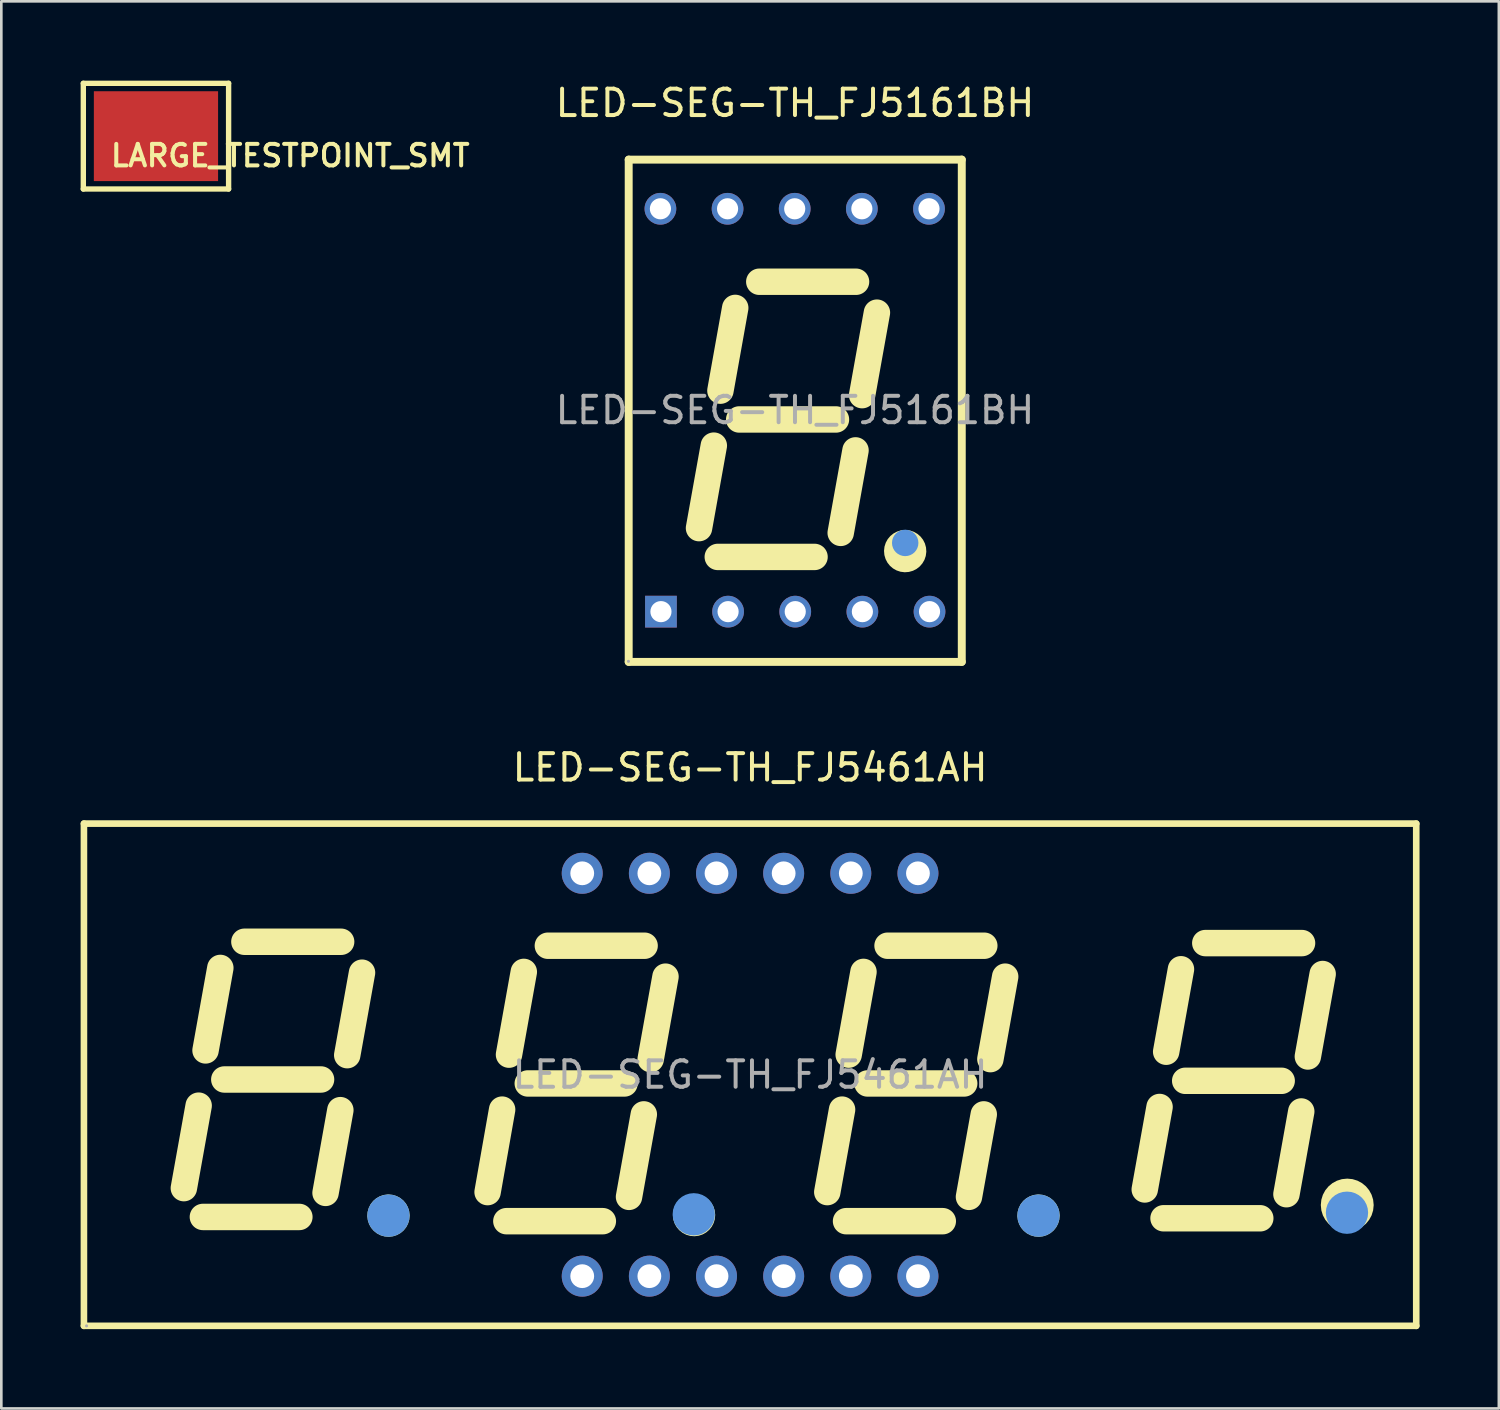
<source format=kicad_pcb>
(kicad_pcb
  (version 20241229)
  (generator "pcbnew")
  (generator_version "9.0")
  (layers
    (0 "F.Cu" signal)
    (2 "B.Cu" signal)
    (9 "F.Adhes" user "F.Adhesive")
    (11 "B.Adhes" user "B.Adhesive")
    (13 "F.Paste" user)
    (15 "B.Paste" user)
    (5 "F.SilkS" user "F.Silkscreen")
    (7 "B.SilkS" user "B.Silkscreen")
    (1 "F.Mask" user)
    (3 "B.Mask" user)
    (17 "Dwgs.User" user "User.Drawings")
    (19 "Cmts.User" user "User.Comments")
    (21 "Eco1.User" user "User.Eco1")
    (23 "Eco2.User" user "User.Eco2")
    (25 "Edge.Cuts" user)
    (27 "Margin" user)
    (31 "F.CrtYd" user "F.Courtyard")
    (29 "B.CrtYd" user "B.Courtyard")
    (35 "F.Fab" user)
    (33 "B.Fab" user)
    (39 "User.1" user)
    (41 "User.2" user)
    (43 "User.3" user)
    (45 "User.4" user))
  (footprint "LARGE_TESTPOINT_SMT"
    (layer "F.Cu")
    (at 2.85 2.101)
    (property "Reference" "LARGE_TESTPOINT_SMT" (at 5.08 0.737 0) (layer "F.SilkS") (effects (font (size 0.813 0.813) (thickness 0.152))))
    (attr smd)
    (fp_line (start -2.748 -1.999) (end 2.748 -1.999) (stroke (width 0.203) (type solid)) (layer "F.SilkS"))
    (fp_line (start -2.748 1.999) (end -2.748 -1.999) (stroke (width 0.203) (type solid)) (layer "F.SilkS"))
    (fp_line (start 2.748 -1.999) (end 2.748 1.999) (stroke (width 0.203) (type solid)) (layer "F.SilkS"))
    (fp_line (start 2.748 1.999) (end -2.748 1.999) (stroke (width 0.203) (type solid)) (layer "F.SilkS"))
    (pad "P$1" smd rect (at 0 0) (size 4.699 3.399) (layers "F.Cu" "F.Mask" "F.Paste")))
  (footprint "LED-SEG-TH_FJ5161BH"
    (layer "F.Cu")
    (at 27.023 12.468)
    (property "Reference" "LED-SEG-TH_FJ5161BH" (at 0 -11.62 0) (layer "F.SilkS") (effects (font (size 1 1) (thickness 0.15))))
    (attr through_hole)
    (fp_line (start -6.29 -9.48) (end -6.29 9.52) (stroke (width 0.3) (type solid)) (layer "F.SilkS"))
    (fp_line (start -6.29 9.52) (end 6.31 9.52) (stroke (width 0.3) (type solid)) (layer "F.SilkS"))
    (fp_line (start -3.63 4.46) (end -3.07 1.34) (stroke (width 1) (type solid)) (layer "F.SilkS"))
    (fp_line (start -2.82 -0.74) (end -2.26 -3.87) (stroke (width 1) (type solid)) (layer "F.SilkS"))
    (fp_line (start 0.74 5.55) (end -2.92 5.55) (stroke (width 1) (type solid)) (layer "F.SilkS"))
    (fp_line (start 1.55 0.35) (end -2.11 0.35) (stroke (width 1) (type solid)) (layer "F.SilkS"))
    (fp_line (start 1.73 4.64) (end 2.29 1.52) (stroke (width 1) (type solid)) (layer "F.SilkS"))
    (fp_line (start 2.31 -4.86) (end -1.35 -4.86) (stroke (width 1) (type solid)) (layer "F.SilkS"))
    (fp_line (start 2.54 -0.57) (end 3.1 -3.69) (stroke (width 1) (type solid)) (layer "F.SilkS"))
    (fp_line (start 6.31 -9.48) (end -6.29 -9.48) (stroke (width 0.3) (type solid)) (layer "F.SilkS"))
    (fp_line (start 6.31 9.52) (end 6.31 -9.48) (stroke (width 0.3) (type solid)) (layer "F.SilkS"))
    (fp_arc (start 4.18 5.03) (mid 4.165001 5.630125) (end 4.169996 5.029833) (stroke (width 1) (type solid)) (layer "F.SilkS"))
    (fp_circle (center 4.17 5.02) (end 4.42 5.02) (stroke (width 0.5) (type solid)) (fill no) (layer "Cmts.User"))
    (fp_circle (center -6.3 9.5) (end -6.27 9.5) (stroke (width 0.06) (type solid)) (fill no) (layer "F.Fab"))
    (fp_circle (center -5.09 -7.62) (end -4.96 -7.62) (stroke (width 0.25) (type solid)) (fill no) (layer "F.Fab"))
    (fp_circle (center -5.07 7.62) (end -4.94 7.62) (stroke (width 0.25) (type solid)) (fill no) (layer "F.Fab"))
    (fp_circle (center -2.55 -7.62) (end -2.42 -7.62) (stroke (width 0.25) (type solid)) (fill no) (layer "F.Fab"))
    (fp_circle (center -2.53 7.62) (end -2.4 7.62) (stroke (width 0.25) (type solid)) (fill no) (layer "F.Fab"))
    (fp_circle (center -0.01 -7.62) (end 0.12 -7.62) (stroke (width 0.25) (type solid)) (fill no) (layer "F.Fab"))
    (fp_circle (center 0.01 7.62) (end 0.14 7.62) (stroke (width 0.25) (type solid)) (fill no) (layer "F.Fab"))
    (fp_circle (center 2.53 -7.62) (end 2.66 -7.62) (stroke (width 0.25) (type solid)) (fill no) (layer "F.Fab"))
    (fp_circle (center 2.55 7.62) (end 2.68 7.62) (stroke (width 0.25) (type solid)) (fill no) (layer "F.Fab"))
    (fp_circle (center 5.07 -7.62) (end 5.2 -7.62) (stroke (width 0.25) (type solid)) (fill no) (layer "F.Fab"))
    (fp_circle (center 5.09 7.62) (end 5.22 7.62) (stroke (width 0.25) (type solid)) (fill no) (layer "F.Fab"))
    (fp_text user "${REFERENCE}" (at 0 0 0) (layer "F.Fab") (effects (font (size 1 1) (thickness 0.15))))
    (pad "1" thru_hole rect (at -5.07 7.62 270) (size 1.2 1.2) (drill 0.8) (layers "*.Cu" "*.Paste" "*.Mask"))
    (pad "2" thru_hole circle (at -2.53 7.62 270) (size 1.2 1.2) (drill 0.8) (layers "*.Cu" "*.Paste" "*.Mask"))
    (pad "3" thru_hole circle (at 0.01 7.62 270) (size 1.2 1.2) (drill 0.8) (layers "*.Cu" "*.Paste" "*.Mask"))
    (pad "4" thru_hole circle (at 2.55 7.62 270) (size 1.2 1.2) (drill 0.8) (layers "*.Cu" "*.Paste" "*.Mask"))
    (pad "5" thru_hole circle (at 5.09 7.62 270) (size 1.2 1.2) (drill 0.8) (layers "*.Cu" "*.Paste" "*.Mask"))
    (pad "6" thru_hole circle (at 5.07 -7.62 270) (size 1.2 1.2) (drill 0.8) (layers "*.Cu" "*.Paste" "*.Mask"))
    (pad "7" thru_hole circle (at 2.53 -7.62 270) (size 1.2 1.2) (drill 0.8) (layers "*.Cu" "*.Paste" "*.Mask"))
    (pad "8" thru_hole circle (at -0.01 -7.62 270) (size 1.2 1.2) (drill 0.8) (layers "*.Cu" "*.Paste" "*.Mask"))
    (pad "9" thru_hole circle (at -2.55 -7.62 270) (size 1.2 1.2) (drill 0.8) (layers "*.Cu" "*.Paste" "*.Mask"))
    (pad "10" thru_hole circle (at -5.09 -7.62 270) (size 1.2 1.2) (drill 0.8) (layers "*.Cu" "*.Paste" "*.Mask")))
  (footprint "LED-SEG-TH_FJ5461AH"
    (layer "F.Cu")
    (at 25.325 37.606)
    (property "Reference" "LED-SEG-TH_FJ5461AH" (at 0 -11.62 0) (layer "F.SilkS") (effects (font (size 1 1) (thickness 0.15))))
    (attr smd)
    (fp_line (start -25.2 -9.5) (end -25.2 9.5) (stroke (width 0.25) (type solid)) (layer "F.SilkS"))
    (fp_line (start -25.2 -9.5) (end 25.2 -9.5) (stroke (width 0.25) (type solid)) (layer "F.SilkS"))
    (fp_line (start -25.2 9.5) (end 25.2 9.5) (stroke (width 0.25) (type solid)) (layer "F.SilkS"))
    (fp_line (start -21.42 4.29) (end -20.86 1.17) (stroke (width 1) (type solid)) (layer "F.SilkS"))
    (fp_line (start -20.6 -0.92) (end -20.04 -4.04) (stroke (width 1) (type solid)) (layer "F.SilkS"))
    (fp_line (start -17.05 5.38) (end -20.7 5.38) (stroke (width 1) (type solid)) (layer "F.SilkS"))
    (fp_line (start -16.23 0.18) (end -19.89 0.18) (stroke (width 1) (type solid)) (layer "F.SilkS"))
    (fp_line (start -16.06 4.47) (end -15.5 1.34) (stroke (width 1) (type solid)) (layer "F.SilkS"))
    (fp_line (start -15.47 -5.03) (end -19.13 -5.03) (stroke (width 1) (type solid)) (layer "F.SilkS"))
    (fp_line (start -15.24 -0.74) (end -14.68 -3.86) (stroke (width 1) (type solid)) (layer "F.SilkS"))
    (fp_line (start -9.93 4.44) (end -9.38 1.32) (stroke (width 1) (type solid)) (layer "F.SilkS"))
    (fp_line (start -9.12 -0.76) (end -8.56 -3.89) (stroke (width 1) (type solid)) (layer "F.SilkS"))
    (fp_line (start -5.57 5.54) (end -9.22 5.54) (stroke (width 1) (type solid)) (layer "F.SilkS"))
    (fp_line (start -4.75 0.33) (end -8.41 0.33) (stroke (width 1) (type solid)) (layer "F.SilkS"))
    (fp_line (start -4.58 4.62) (end -4.02 1.5) (stroke (width 1) (type solid)) (layer "F.SilkS"))
    (fp_line (start -3.99 -4.88) (end -7.65 -4.88) (stroke (width 1) (type solid)) (layer "F.SilkS"))
    (fp_line (start -3.76 -0.59) (end -3.2 -3.71) (stroke (width 1) (type solid)) (layer "F.SilkS"))
    (fp_line (start 2.92 4.44) (end 3.48 1.32) (stroke (width 1) (type solid)) (layer "F.SilkS"))
    (fp_line (start 3.73 -0.76) (end 4.29 -3.89) (stroke (width 1) (type solid)) (layer "F.SilkS"))
    (fp_line (start 7.29 5.54) (end 3.63 5.54) (stroke (width 1) (type solid)) (layer "F.SilkS"))
    (fp_line (start 8.1 0.33) (end 4.44 0.33) (stroke (width 1) (type solid)) (layer "F.SilkS"))
    (fp_line (start 8.28 4.62) (end 8.84 1.5) (stroke (width 1) (type solid)) (layer "F.SilkS"))
    (fp_line (start 8.86 -4.88) (end 5.2 -4.88) (stroke (width 1) (type solid)) (layer "F.SilkS"))
    (fp_line (start 9.09 -0.59) (end 9.65 -3.71) (stroke (width 1) (type solid)) (layer "F.SilkS"))
    (fp_line (start 14.93 4.34) (end 15.49 1.22) (stroke (width 1) (type solid)) (layer "F.SilkS"))
    (fp_line (start 15.74 -0.87) (end 16.3 -3.99) (stroke (width 1) (type solid)) (layer "F.SilkS"))
    (fp_line (start 19.3 5.43) (end 15.64 5.43) (stroke (width 1) (type solid)) (layer "F.SilkS"))
    (fp_line (start 20.11 0.23) (end 16.46 0.23) (stroke (width 1) (type solid)) (layer "F.SilkS"))
    (fp_line (start 20.29 4.52) (end 20.85 1.39) (stroke (width 1) (type solid)) (layer "F.SilkS"))
    (fp_line (start 20.88 -4.98) (end 17.22 -4.98) (stroke (width 1) (type solid)) (layer "F.SilkS"))
    (fp_line (start 21.1 -0.69) (end 21.66 -3.81) (stroke (width 1) (type solid)) (layer "F.SilkS"))
    (fp_line (start 25.2 -9.5) (end 25.2 9.5) (stroke (width 0.25) (type solid)) (layer "F.SilkS"))
    (fp_arc (start -13.68 5.03) (mid -13.675 5.629958) (end -13.689999 5.030167) (stroke (width 1) (type solid)) (layer "F.SilkS"))
    (fp_arc (start -2.12 5.01) (mid -2.115 5.609958) (end -2.129999 5.010167) (stroke (width 1) (type solid)) (layer "F.SilkS"))
    (fp_arc (start 10.91 5.03) (mid 10.915 5.629958) (end 10.900001 5.030167) (stroke (width 1) (type solid)) (layer "F.SilkS"))
    (fp_arc (start 22.59 4.93) (mid 22.59 4.93) (end 22.59 4.93) (stroke (width 1) (type solid)) (layer "F.SilkS"))
    (fp_circle (center -13.68 5.33) (end -13.28 5.33) (stroke (width 0.8) (type solid)) (fill no) (layer "Cmts.User"))
    (fp_circle (center -2.13 5.28) (end -1.73 5.28) (stroke (width 0.8) (type solid)) (fill no) (layer "Cmts.User"))
    (fp_circle (center 10.91 5.33) (end 11.31 5.33) (stroke (width 0.8) (type solid)) (fill no) (layer "Cmts.User"))
    (fp_circle (center 22.58 5.22) (end 22.98 5.22) (stroke (width 0.8) (type solid)) (fill no) (layer "Cmts.User"))
    (fp_circle (center -25.1 9.5) (end -25.07 9.5) (stroke (width 0.06) (type solid)) (fill no) (layer "F.Fab"))
    (fp_circle (center -6.35 -7.62) (end -6.22 -7.62) (stroke (width 0.25) (type solid)) (fill no) (layer "F.Fab"))
    (fp_circle (center -6.35 7.62) (end -6.22 7.62) (stroke (width 0.25) (type solid)) (fill no) (layer "F.Fab"))
    (fp_circle (center -3.81 -7.62) (end -3.68 -7.62) (stroke (width 0.25) (type solid)) (fill no) (layer "F.Fab"))
    (fp_circle (center -3.81 7.62) (end -3.68 7.62) (stroke (width 0.25) (type solid)) (fill no) (layer "F.Fab"))
    (fp_circle (center -1.27 -7.62) (end -1.14 -7.62) (stroke (width 0.25) (type solid)) (fill no) (layer "F.Fab"))
    (fp_circle (center -1.27 7.62) (end -1.14 7.62) (stroke (width 0.25) (type solid)) (fill no) (layer "F.Fab"))
    (fp_circle (center 1.27 -7.62) (end 1.4 -7.62) (stroke (width 0.25) (type solid)) (fill no) (layer "F.Fab"))
    (fp_circle (center 1.27 7.62) (end 1.4 7.62) (stroke (width 0.25) (type solid)) (fill no) (layer "F.Fab"))
    (fp_circle (center 3.81 -7.62) (end 3.94 -7.62) (stroke (width 0.25) (type solid)) (fill no) (layer "F.Fab"))
    (fp_circle (center 3.81 7.62) (end 3.94 7.62) (stroke (width 0.25) (type solid)) (fill no) (layer "F.Fab"))
    (fp_circle (center 6.35 -7.62) (end 6.48 -7.62) (stroke (width 0.25) (type solid)) (fill no) (layer "F.Fab"))
    (fp_circle (center 6.35 7.62) (end 6.48 7.62) (stroke (width 0.25) (type solid)) (fill no) (layer "F.Fab"))
    (fp_text user "${REFERENCE}" (at 0 0 0) (layer "F.Fab") (effects (font (size 1 1) (thickness 0.15))))
    (pad "1" thru_hole circle (at -6.35 7.62 270) (size 1.55 1.55) (drill 0.9) (layers "*.Cu" "*.Paste" "*.Mask"))
    (pad "2" thru_hole circle (at -3.81 7.62 270) (size 1.55 1.55) (drill 0.9) (layers "*.Cu" "*.Paste" "*.Mask"))
    (pad "3" thru_hole circle (at -1.27 7.62 270) (size 1.55 1.55) (drill 0.9) (layers "*.Cu" "*.Paste" "*.Mask"))
    (pad "4" thru_hole circle (at 1.27 7.62 270) (size 1.55 1.55) (drill 0.9) (layers "*.Cu" "*.Paste" "*.Mask"))
    (pad "5" thru_hole circle (at 3.81 7.62 270) (size 1.55 1.55) (drill 0.9) (layers "*.Cu" "*.Paste" "*.Mask"))
    (pad "6" thru_hole circle (at 6.35 7.62 270) (size 1.55 1.55) (drill 0.9) (layers "*.Cu" "*.Paste" "*.Mask"))
    (pad "7" thru_hole circle (at 6.35 -7.62 270) (size 1.55 1.55) (drill 0.9) (layers "*.Cu" "*.Paste" "*.Mask"))
    (pad "8" thru_hole circle (at 3.81 -7.62 270) (size 1.55 1.55) (drill 0.9) (layers "*.Cu" "*.Paste" "*.Mask"))
    (pad "9" thru_hole circle (at 1.27 -7.62 270) (size 1.55 1.55) (drill 0.9) (layers "*.Cu" "*.Paste" "*.Mask"))
    (pad "10" thru_hole circle (at -1.27 -7.62 270) (size 1.55 1.55) (drill 0.9) (layers "*.Cu" "*.Paste" "*.Mask"))
    (pad "11" thru_hole circle (at -3.81 -7.62 270) (size 1.55 1.55) (drill 0.9) (layers "*.Cu" "*.Paste" "*.Mask"))
    (pad "12" thru_hole circle (at -6.35 -7.62 270) (size 1.55 1.55) (drill 0.9) (layers "*.Cu" "*.Paste" "*.Mask")))
  (gr_rect
    (start -3 -3)
    (end 53.65 50.231)
    (stroke (width 0.1) (type default))
    (fill no)
    (layer "Edge.Cuts")))
</source>
